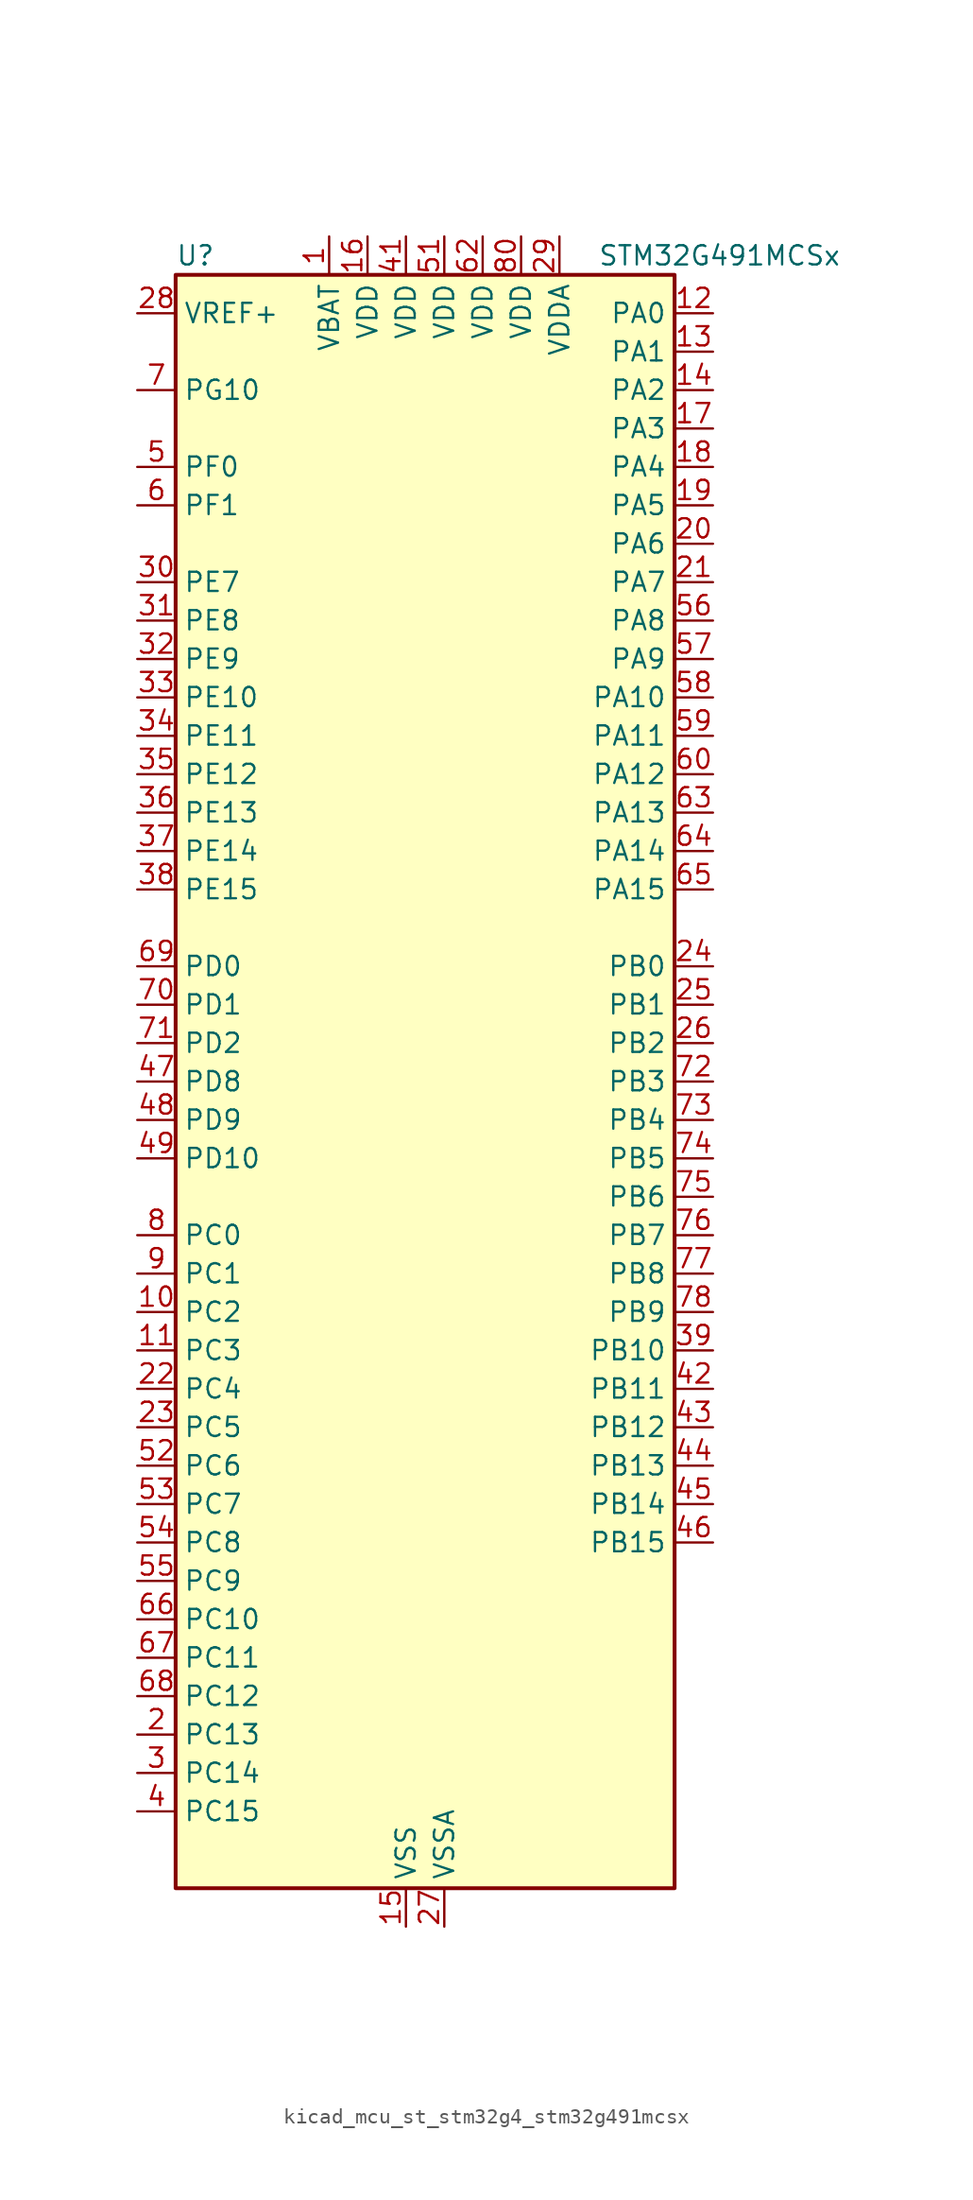
<source format=kicad_sym>
(kicad_symbol_lib
  (version 20220914)
  (generator kicad_symbol_editor)
  (symbol "kicad_mcu_st_stm32g4_stm32g491mcsx"
    (property "Reference" "U"
      (at -15.24 54.61 0)
      (effects (font (size 1.27 1.27)) (justify left)))
    (property "Value" "STM32G491MCSx"
      (at 12.7 54.61 0)
      (effects (font (size 1.27 1.27)) (justify left)))
    (property "ki_locked" ""
      (at 0 0 0)
      (effects (font (size 1.27 1.27))))
    (symbol "kicad_mcu_st_stm32g4_stm32g491mcsx_0_1"
      (rectangle (start -15.24 -53.34) (end 17.78 53.34) (stroke (width 0.254) (type default)) (fill (type background))))
    (symbol "kicad_mcu_st_stm32g4_stm32g491mcsx_1_1"
      (pin power_in line (at -5.08 55.88 270) (length 2.54) (name "VBAT" (effects (font (size 1.27 1.27)))) (number "1" (effects (font (size 1.27 1.27)))))
      (pin bidirectional line (at -17.78 -15.24 0) (length 2.54) (name "PC2" (effects (font (size 1.27 1.27)))) (number "10" (effects (font (size 1.27 1.27)))) (alternate "ADC1_IN8" bidirectional line) (alternate "ADC2_IN8" bidirectional line) (alternate "ADC3_EXTI2" bidirectional line) (alternate "COMP3_OUT" bidirectional line) (alternate "LPTIM1_IN2" bidirectional line) (alternate "QUADSPI1_BK2_IO1" bidirectional line) (alternate "TIM1_CH3" bidirectional line) (alternate "TIM20_CH2" bidirectional line))
      (pin bidirectional line (at -17.78 -17.78 0) (length 2.54) (name "PC3" (effects (font (size 1.27 1.27)))) (number "11" (effects (font (size 1.27 1.27)))) (alternate "ADC1_IN9" bidirectional line) (alternate "ADC2_IN9" bidirectional line) (alternate "ADC3_EXTI3" bidirectional line) (alternate "LPTIM1_ETR" bidirectional line) (alternate "QUADSPI1_BK2_IO2" bidirectional line) (alternate "SAI1_D1" bidirectional line) (alternate "SAI1_SD_A" bidirectional line) (alternate "TIM1_BKIN2" bidirectional line) (alternate "TIM1_CH4" bidirectional line))
      (pin bidirectional line (at 20.32 50.8 180) (length 2.54) (name "PA0" (effects (font (size 1.27 1.27)))) (number "12" (effects (font (size 1.27 1.27)))) (alternate "ADC1_IN1" bidirectional line) (alternate "ADC2_IN1" bidirectional line) (alternate "COMP1_INM" bidirectional line) (alternate "COMP1_OUT" bidirectional line) (alternate "COMP3_INP" bidirectional line) (alternate "RTC_TAMP2" bidirectional line) (alternate "SYS_WKUP1" bidirectional line) (alternate "TIM2_CH1" bidirectional line) (alternate "TIM2_ETR" bidirectional line) (alternate "TIM8_BKIN" bidirectional line) (alternate "TIM8_ETR" bidirectional line) (alternate "USART2_CTS" bidirectional line) (alternate "USART2_NSS" bidirectional line))
      (pin bidirectional line (at 20.32 48.26 180) (length 2.54) (name "PA1" (effects (font (size 1.27 1.27)))) (number "13" (effects (font (size 1.27 1.27)))) (alternate "ADC1_IN2" bidirectional line) (alternate "ADC2_IN2" bidirectional line) (alternate "COMP1_INP" bidirectional line) (alternate "OPAMP1_VINP" bidirectional line) (alternate "OPAMP1_VINP_SEC" bidirectional line) (alternate "OPAMP3_VINP" bidirectional line) (alternate "OPAMP3_VINP_SEC" bidirectional line) (alternate "OPAMP6_VINM" bidirectional line) (alternate "OPAMP6_VINM0" bidirectional line) (alternate "OPAMP6_VINM_SEC" bidirectional line) (alternate "RTC_REFIN" bidirectional line) (alternate "TIM15_CH1N" bidirectional line) (alternate "TIM2_CH2" bidirectional line) (alternate "USART2_DE" bidirectional line) (alternate "USART2_RTS" bidirectional line))
      (pin bidirectional line (at 20.32 45.72 180) (length 2.54) (name "PA2" (effects (font (size 1.27 1.27)))) (number "14" (effects (font (size 1.27 1.27)))) (alternate "ADC1_IN3" bidirectional line) (alternate "ADC3_EXTI2" bidirectional line) (alternate "COMP2_INM" bidirectional line) (alternate "COMP2_OUT" bidirectional line) (alternate "LPUART1_TX" bidirectional line) (alternate "OPAMP1_VOUT" bidirectional line) (alternate "QUADSPI1_BK1_NCS" bidirectional line) (alternate "RCC_LSCO" bidirectional line) (alternate "SYS_WKUP4" bidirectional line) (alternate "TIM15_CH1" bidirectional line) (alternate "TIM2_CH3" bidirectional line) (alternate "UCPD1_FRSTX1" bidirectional line) (alternate "UCPD1_FRSTX2" bidirectional line) (alternate "USART2_TX" bidirectional line))
      (pin power_in line (at 0 -55.88 90) (length 2.54) (name "VSS" (effects (font (size 1.27 1.27)))) (number "15" (effects (font (size 1.27 1.27)))))
      (pin power_in line (at -2.54 55.88 270) (length 2.54) (name "VDD" (effects (font (size 1.27 1.27)))) (number "16" (effects (font (size 1.27 1.27)))))
      (pin bidirectional line (at 20.32 43.18 180) (length 2.54) (name "PA3" (effects (font (size 1.27 1.27)))) (number "17" (effects (font (size 1.27 1.27)))) (alternate "ADC1_IN4" bidirectional line) (alternate "ADC3_EXTI3" bidirectional line) (alternate "COMP2_INP" bidirectional line) (alternate "LPUART1_RX" bidirectional line) (alternate "OPAMP1_VINM" bidirectional line) (alternate "OPAMP1_VINM0" bidirectional line) (alternate "OPAMP1_VINM_SEC" bidirectional line) (alternate "OPAMP1_VINP" bidirectional line) (alternate "OPAMP1_VINP_SEC" bidirectional line) (alternate "QUADSPI1_CLK" bidirectional line) (alternate "SAI1_CK1" bidirectional line) (alternate "SAI1_MCLK_A" bidirectional line) (alternate "TIM15_CH2" bidirectional line) (alternate "TIM2_CH4" bidirectional line) (alternate "USART2_RX" bidirectional line))
      (pin bidirectional line (at 20.32 40.64 180) (length 2.54) (name "PA4" (effects (font (size 1.27 1.27)))) (number "18" (effects (font (size 1.27 1.27)))) (alternate "ADC2_IN17" bidirectional line) (alternate "COMP1_INM" bidirectional line) (alternate "DAC1_OUT1" bidirectional line) (alternate "I2S3_WS" bidirectional line) (alternate "SAI1_FS_B" bidirectional line) (alternate "SPI1_NSS" bidirectional line) (alternate "SPI3_NSS" bidirectional line) (alternate "TIM3_CH2" bidirectional line) (alternate "USART2_CK" bidirectional line))
      (pin bidirectional line (at 20.32 38.1 180) (length 2.54) (name "PA5" (effects (font (size 1.27 1.27)))) (number "19" (effects (font (size 1.27 1.27)))) (alternate "ADC2_IN13" bidirectional line) (alternate "COMP2_INM" bidirectional line) (alternate "DAC1_OUT2" bidirectional line) (alternate "OPAMP2_VINM" bidirectional line) (alternate "OPAMP2_VINM0" bidirectional line) (alternate "OPAMP2_VINM_SEC" bidirectional line) (alternate "SPI1_SCK" bidirectional line) (alternate "TIM2_CH1" bidirectional line) (alternate "TIM2_ETR" bidirectional line) (alternate "UCPD1_FRSTX1" bidirectional line) (alternate "UCPD1_FRSTX2" bidirectional line))
      (pin bidirectional line (at -17.78 -43.18 0) (length 2.54) (name "PC13" (effects (font (size 1.27 1.27)))) (number "2" (effects (font (size 1.27 1.27)))) (alternate "RTC_OUT1" bidirectional line) (alternate "RTC_TAMP1" bidirectional line) (alternate "RTC_TS" bidirectional line) (alternate "SYS_WKUP2" bidirectional line) (alternate "TIM1_BKIN" bidirectional line) (alternate "TIM1_CH1N" bidirectional line) (alternate "TIM8_CH4N" bidirectional line))
      (pin bidirectional line (at 20.32 35.56 180) (length 2.54) (name "PA6" (effects (font (size 1.27 1.27)))) (number "20" (effects (font (size 1.27 1.27)))) (alternate "ADC2_IN3" bidirectional line) (alternate "COMP1_OUT" bidirectional line) (alternate "LPUART1_CTS" bidirectional line) (alternate "OPAMP2_VOUT" bidirectional line) (alternate "QUADSPI1_BK1_IO3" bidirectional line) (alternate "SPI1_MISO" bidirectional line) (alternate "TIM16_CH1" bidirectional line) (alternate "TIM1_BKIN" bidirectional line) (alternate "TIM3_CH1" bidirectional line) (alternate "TIM8_BKIN" bidirectional line))
      (pin bidirectional line (at 20.32 33.02 180) (length 2.54) (name "PA7" (effects (font (size 1.27 1.27)))) (number "21" (effects (font (size 1.27 1.27)))) (alternate "ADC2_IN4" bidirectional line) (alternate "COMP2_INP" bidirectional line) (alternate "COMP2_OUT" bidirectional line) (alternate "OPAMP1_VINP" bidirectional line) (alternate "OPAMP1_VINP_SEC" bidirectional line) (alternate "OPAMP2_VINP" bidirectional line) (alternate "OPAMP2_VINP_SEC" bidirectional line) (alternate "QUADSPI1_BK1_IO2" bidirectional line) (alternate "SPI1_MOSI" bidirectional line) (alternate "TIM17_CH1" bidirectional line) (alternate "TIM1_CH1N" bidirectional line) (alternate "TIM3_CH2" bidirectional line) (alternate "TIM8_CH1N" bidirectional line) (alternate "UCPD1_FRSTX1" bidirectional line) (alternate "UCPD1_FRSTX2" bidirectional line))
      (pin bidirectional line (at -17.78 -20.32 0) (length 2.54) (name "PC4" (effects (font (size 1.27 1.27)))) (number "22" (effects (font (size 1.27 1.27)))) (alternate "ADC2_IN5" bidirectional line) (alternate "I2C2_SCL" bidirectional line) (alternate "QUADSPI1_BK2_IO3" bidirectional line) (alternate "TIM1_ETR" bidirectional line) (alternate "USART1_TX" bidirectional line))
      (pin bidirectional line (at -17.78 -22.86 0) (length 2.54) (name "PC5" (effects (font (size 1.27 1.27)))) (number "23" (effects (font (size 1.27 1.27)))) (alternate "ADC2_IN11" bidirectional line) (alternate "OPAMP1_VINM" bidirectional line) (alternate "OPAMP1_VINM1" bidirectional line) (alternate "OPAMP1_VINM_SEC" bidirectional line) (alternate "OPAMP2_VINM" bidirectional line) (alternate "OPAMP2_VINM1" bidirectional line) (alternate "OPAMP2_VINM_SEC" bidirectional line) (alternate "SAI1_D3" bidirectional line) (alternate "SYS_WKUP5" bidirectional line) (alternate "TIM15_BKIN" bidirectional line) (alternate "TIM1_CH4N" bidirectional line) (alternate "USART1_RX" bidirectional line))
      (pin bidirectional line (at 20.32 7.62 180) (length 2.54) (name "PB0" (effects (font (size 1.27 1.27)))) (number "24" (effects (font (size 1.27 1.27)))) (alternate "ADC1_IN15" bidirectional line) (alternate "ADC3_IN12" bidirectional line) (alternate "COMP4_INP" bidirectional line) (alternate "OPAMP2_VINP" bidirectional line) (alternate "OPAMP2_VINP_SEC" bidirectional line) (alternate "OPAMP3_VINP" bidirectional line) (alternate "OPAMP3_VINP_SEC" bidirectional line) (alternate "QUADSPI1_BK1_IO1" bidirectional line) (alternate "TIM1_CH2N" bidirectional line) (alternate "TIM3_CH3" bidirectional line) (alternate "TIM8_CH2N" bidirectional line) (alternate "UCPD1_FRSTX1" bidirectional line) (alternate "UCPD1_FRSTX2" bidirectional line))
      (pin bidirectional line (at 20.32 5.08 180) (length 2.54) (name "PB1" (effects (font (size 1.27 1.27)))) (number "25" (effects (font (size 1.27 1.27)))) (alternate "ADC1_IN12" bidirectional line) (alternate "ADC3_IN1" bidirectional line) (alternate "COMP1_INP" bidirectional line) (alternate "COMP4_OUT" bidirectional line) (alternate "LPUART1_DE" bidirectional line) (alternate "LPUART1_RTS" bidirectional line) (alternate "OPAMP3_VOUT" bidirectional line) (alternate "OPAMP6_VINM" bidirectional line) (alternate "OPAMP6_VINM1" bidirectional line) (alternate "OPAMP6_VINM_SEC" bidirectional line) (alternate "QUADSPI1_BK1_IO0" bidirectional line) (alternate "TIM1_CH3N" bidirectional line) (alternate "TIM3_CH4" bidirectional line) (alternate "TIM8_CH3N" bidirectional line))
      (pin bidirectional line (at 20.32 2.54 180) (length 2.54) (name "PB2" (effects (font (size 1.27 1.27)))) (number "26" (effects (font (size 1.27 1.27)))) (alternate "ADC2_IN12" bidirectional line) (alternate "ADC3_EXTI2" bidirectional line) (alternate "COMP4_INM" bidirectional line) (alternate "I2C3_SMBA" bidirectional line) (alternate "LPTIM1_OUT" bidirectional line) (alternate "OPAMP3_VINM" bidirectional line) (alternate "OPAMP3_VINM0" bidirectional line) (alternate "OPAMP3_VINM_SEC" bidirectional line) (alternate "QUADSPI1_BK2_IO1" bidirectional line) (alternate "RTC_OUT2" bidirectional line) (alternate "TIM20_CH1" bidirectional line))
      (pin power_in line (at 2.54 -55.88 90) (length 2.54) (name "VSSA" (effects (font (size 1.27 1.27)))) (number "27" (effects (font (size 1.27 1.27)))))
      (pin input line (at -17.78 50.8 0) (length 2.54) (name "VREF+" (effects (font (size 1.27 1.27)))) (number "28" (effects (font (size 1.27 1.27)))) (alternate "VREFBUF_OUT" bidirectional line))
      (pin power_in line (at 10.16 55.88 270) (length 2.54) (name "VDDA" (effects (font (size 1.27 1.27)))) (number "29" (effects (font (size 1.27 1.27)))))
      (pin bidirectional line (at -17.78 -45.72 0) (length 2.54) (name "PC14" (effects (font (size 1.27 1.27)))) (number "3" (effects (font (size 1.27 1.27)))) (alternate "RCC_OSC32_IN" bidirectional line))
      (pin bidirectional line (at -17.78 33.02 0) (length 2.54) (name "PE7" (effects (font (size 1.27 1.27)))) (number "30" (effects (font (size 1.27 1.27)))) (alternate "ADC3_IN4" bidirectional line) (alternate "COMP4_INP" bidirectional line) (alternate "SAI1_SD_B" bidirectional line) (alternate "TIM1_ETR" bidirectional line))
      (pin bidirectional line (at -17.78 30.48 0) (length 2.54) (name "PE8" (effects (font (size 1.27 1.27)))) (number "31" (effects (font (size 1.27 1.27)))) (alternate "ADC3_IN6" bidirectional line) (alternate "COMP4_INM" bidirectional line) (alternate "SAI1_SCK_B" bidirectional line) (alternate "TIM1_CH1N" bidirectional line))
      (pin bidirectional line (at -17.78 27.94 0) (length 2.54) (name "PE9" (effects (font (size 1.27 1.27)))) (number "32" (effects (font (size 1.27 1.27)))) (alternate "ADC3_IN2" bidirectional line) (alternate "DAC1_EXTI9" bidirectional line) (alternate "DAC3_EXTI9" bidirectional line) (alternate "SAI1_FS_B" bidirectional line) (alternate "TIM1_CH1" bidirectional line))
      (pin bidirectional line (at -17.78 25.4 0) (length 2.54) (name "PE10" (effects (font (size 1.27 1.27)))) (number "33" (effects (font (size 1.27 1.27)))) (alternate "ADC3_IN14" bidirectional line) (alternate "DAC1_EXTI10" bidirectional line) (alternate "DAC3_EXTI10" bidirectional line) (alternate "QUADSPI1_CLK" bidirectional line) (alternate "SAI1_MCLK_B" bidirectional line) (alternate "TIM1_CH2N" bidirectional line))
      (pin bidirectional line (at -17.78 22.86 0) (length 2.54) (name "PE11" (effects (font (size 1.27 1.27)))) (number "34" (effects (font (size 1.27 1.27)))) (alternate "ADC1_EXTI11" bidirectional line) (alternate "ADC2_EXTI11" bidirectional line) (alternate "ADC3_IN15" bidirectional line) (alternate "QUADSPI1_BK1_NCS" bidirectional line) (alternate "TIM1_CH2" bidirectional line))
      (pin bidirectional line (at -17.78 20.32 0) (length 2.54) (name "PE12" (effects (font (size 1.27 1.27)))) (number "35" (effects (font (size 1.27 1.27)))) (alternate "ADC3_IN16" bidirectional line) (alternate "QUADSPI1_BK1_IO0" bidirectional line) (alternate "TIM1_CH3N" bidirectional line))
      (pin bidirectional line (at -17.78 17.78 0) (length 2.54) (name "PE13" (effects (font (size 1.27 1.27)))) (number "36" (effects (font (size 1.27 1.27)))) (alternate "ADC3_IN3" bidirectional line) (alternate "QUADSPI1_BK1_IO1" bidirectional line) (alternate "TIM1_CH3" bidirectional line))
      (pin bidirectional line (at -17.78 15.24 0) (length 2.54) (name "PE14" (effects (font (size 1.27 1.27)))) (number "37" (effects (font (size 1.27 1.27)))) (alternate "QUADSPI1_BK1_IO2" bidirectional line) (alternate "TIM1_BKIN2" bidirectional line) (alternate "TIM1_CH4" bidirectional line))
      (pin bidirectional line (at -17.78 12.7 0) (length 2.54) (name "PE15" (effects (font (size 1.27 1.27)))) (number "38" (effects (font (size 1.27 1.27)))) (alternate "ADC1_EXTI15" bidirectional line) (alternate "ADC2_EXTI15" bidirectional line) (alternate "QUADSPI1_BK1_IO3" bidirectional line) (alternate "TIM1_BKIN" bidirectional line) (alternate "TIM1_CH4N" bidirectional line) (alternate "USART3_RX" bidirectional line))
      (pin bidirectional line (at 20.32 -17.78 180) (length 2.54) (name "PB10" (effects (font (size 1.27 1.27)))) (number "39" (effects (font (size 1.27 1.27)))) (alternate "DAC1_EXTI10" bidirectional line) (alternate "DAC3_EXTI10" bidirectional line) (alternate "LPUART1_RX" bidirectional line) (alternate "OPAMP3_VINM" bidirectional line) (alternate "OPAMP3_VINM1" bidirectional line) (alternate "OPAMP3_VINM_SEC" bidirectional line) (alternate "QUADSPI1_CLK" bidirectional line) (alternate "SAI1_SCK_A" bidirectional line) (alternate "TIM1_BKIN" bidirectional line) (alternate "TIM2_CH3" bidirectional line) (alternate "USART3_TX" bidirectional line))
      (pin bidirectional line (at -17.78 -48.26 0) (length 2.54) (name "PC15" (effects (font (size 1.27 1.27)))) (number "4" (effects (font (size 1.27 1.27)))) (alternate "ADC1_EXTI15" bidirectional line) (alternate "ADC2_EXTI15" bidirectional line) (alternate "RCC_OSC32_OUT" bidirectional line))
      (pin passive line (at 0 -55.88 90) (length 2.54) hide (name "VSS" (effects (font (size 1.27 1.27)))) (number "40" (effects (font (size 1.27 1.27)))))
      (pin power_in line (at 0 55.88 270) (length 2.54) (name "VDD" (effects (font (size 1.27 1.27)))) (number "41" (effects (font (size 1.27 1.27)))))
      (pin bidirectional line (at 20.32 -20.32 180) (length 2.54) (name "PB11" (effects (font (size 1.27 1.27)))) (number "42" (effects (font (size 1.27 1.27)))) (alternate "ADC1_EXTI11" bidirectional line) (alternate "ADC1_IN14" bidirectional line) (alternate "ADC2_EXTI11" bidirectional line) (alternate "ADC2_IN14" bidirectional line) (alternate "LPUART1_TX" bidirectional line) (alternate "OPAMP6_VOUT" bidirectional line) (alternate "QUADSPI1_BK1_NCS" bidirectional line) (alternate "TIM2_CH4" bidirectional line) (alternate "USART3_RX" bidirectional line))
      (pin bidirectional line (at 20.32 -22.86 180) (length 2.54) (name "PB12" (effects (font (size 1.27 1.27)))) (number "43" (effects (font (size 1.27 1.27)))) (alternate "ADC1_IN11" bidirectional line) (alternate "FDCAN2_RX" bidirectional line) (alternate "I2C2_SMBA" bidirectional line) (alternate "I2S2_WS" bidirectional line) (alternate "LPUART1_DE" bidirectional line) (alternate "LPUART1_RTS" bidirectional line) (alternate "OPAMP6_VINP" bidirectional line) (alternate "OPAMP6_VINP_SEC" bidirectional line) (alternate "SPI2_NSS" bidirectional line) (alternate "TIM1_BKIN" bidirectional line) (alternate "USART3_CK" bidirectional line))
      (pin bidirectional line (at 20.32 -25.4 180) (length 2.54) (name "PB13" (effects (font (size 1.27 1.27)))) (number "44" (effects (font (size 1.27 1.27)))) (alternate "ADC3_IN5" bidirectional line) (alternate "FDCAN2_TX" bidirectional line) (alternate "I2S2_CK" bidirectional line) (alternate "LPUART1_CTS" bidirectional line) (alternate "OPAMP3_VINP" bidirectional line) (alternate "OPAMP3_VINP_SEC" bidirectional line) (alternate "OPAMP6_VINP" bidirectional line) (alternate "OPAMP6_VINP_SEC" bidirectional line) (alternate "SPI2_SCK" bidirectional line) (alternate "TIM1_CH1N" bidirectional line) (alternate "USART3_CTS" bidirectional line) (alternate "USART3_NSS" bidirectional line))
      (pin bidirectional line (at 20.32 -27.94 180) (length 2.54) (name "PB14" (effects (font (size 1.27 1.27)))) (number "45" (effects (font (size 1.27 1.27)))) (alternate "ADC1_IN5" bidirectional line) (alternate "COMP4_OUT" bidirectional line) (alternate "OPAMP2_VINP" bidirectional line) (alternate "OPAMP2_VINP_SEC" bidirectional line) (alternate "SPI2_MISO" bidirectional line) (alternate "TIM15_CH1" bidirectional line) (alternate "TIM1_CH2N" bidirectional line) (alternate "USART3_DE" bidirectional line) (alternate "USART3_RTS" bidirectional line))
      (pin bidirectional line (at 20.32 -30.48 180) (length 2.54) (name "PB15" (effects (font (size 1.27 1.27)))) (number "46" (effects (font (size 1.27 1.27)))) (alternate "ADC1_EXTI15" bidirectional line) (alternate "ADC2_EXTI15" bidirectional line) (alternate "ADC2_IN15" bidirectional line) (alternate "COMP3_OUT" bidirectional line) (alternate "I2S2_SD" bidirectional line) (alternate "RTC_REFIN" bidirectional line) (alternate "SPI2_MOSI" bidirectional line) (alternate "TIM15_CH1N" bidirectional line) (alternate "TIM15_CH2" bidirectional line) (alternate "TIM1_CH3N" bidirectional line))
      (pin bidirectional line (at -17.78 0 0) (length 2.54) (name "PD8" (effects (font (size 1.27 1.27)))) (number "47" (effects (font (size 1.27 1.27)))) (alternate "USART3_TX" bidirectional line))
      (pin bidirectional line (at -17.78 -2.54 0) (length 2.54) (name "PD9" (effects (font (size 1.27 1.27)))) (number "48" (effects (font (size 1.27 1.27)))) (alternate "DAC1_EXTI9" bidirectional line) (alternate "DAC3_EXTI9" bidirectional line) (alternate "OPAMP6_VINP" bidirectional line) (alternate "OPAMP6_VINP_SEC" bidirectional line) (alternate "USART3_RX" bidirectional line))
      (pin bidirectional line (at -17.78 -5.08 0) (length 2.54) (name "PD10" (effects (font (size 1.27 1.27)))) (number "49" (effects (font (size 1.27 1.27)))) (alternate "ADC3_IN7" bidirectional line) (alternate "DAC1_EXTI10" bidirectional line) (alternate "DAC3_EXTI10" bidirectional line) (alternate "USART3_CK" bidirectional line))
      (pin bidirectional line (at -17.78 40.64 0) (length 2.54) (name "PF0" (effects (font (size 1.27 1.27)))) (number "5" (effects (font (size 1.27 1.27)))) (alternate "ADC1_IN10" bidirectional line) (alternate "I2C2_SDA" bidirectional line) (alternate "I2S2_WS" bidirectional line) (alternate "RCC_OSC_IN" bidirectional line) (alternate "SPI2_NSS" bidirectional line) (alternate "TIM1_CH3N" bidirectional line))
      (pin passive line (at 0 -55.88 90) (length 2.54) hide (name "VSS" (effects (font (size 1.27 1.27)))) (number "50" (effects (font (size 1.27 1.27)))))
      (pin power_in line (at 2.54 55.88 270) (length 2.54) (name "VDD" (effects (font (size 1.27 1.27)))) (number "51" (effects (font (size 1.27 1.27)))))
      (pin bidirectional line (at -17.78 -25.4 0) (length 2.54) (name "PC6" (effects (font (size 1.27 1.27)))) (number "52" (effects (font (size 1.27 1.27)))) (alternate "I2S2_MCK" bidirectional line) (alternate "TIM3_CH1" bidirectional line) (alternate "TIM8_CH1" bidirectional line))
      (pin bidirectional line (at -17.78 -27.94 0) (length 2.54) (name "PC7" (effects (font (size 1.27 1.27)))) (number "53" (effects (font (size 1.27 1.27)))) (alternate "I2S3_MCK" bidirectional line) (alternate "TIM3_CH2" bidirectional line) (alternate "TIM8_CH2" bidirectional line))
      (pin bidirectional line (at -17.78 -30.48 0) (length 2.54) (name "PC8" (effects (font (size 1.27 1.27)))) (number "54" (effects (font (size 1.27 1.27)))) (alternate "I2C3_SCL" bidirectional line) (alternate "TIM20_CH3" bidirectional line) (alternate "TIM3_CH3" bidirectional line) (alternate "TIM8_CH3" bidirectional line))
      (pin bidirectional line (at -17.78 -33.02 0) (length 2.54) (name "PC9" (effects (font (size 1.27 1.27)))) (number "55" (effects (font (size 1.27 1.27)))) (alternate "DAC1_EXTI9" bidirectional line) (alternate "DAC3_EXTI9" bidirectional line) (alternate "I2C3_SDA" bidirectional line) (alternate "I2S_CKIN" bidirectional line) (alternate "TIM3_CH4" bidirectional line) (alternate "TIM8_BKIN2" bidirectional line) (alternate "TIM8_CH4" bidirectional line))
      (pin bidirectional line (at 20.32 30.48 180) (length 2.54) (name "PA8" (effects (font (size 1.27 1.27)))) (number "56" (effects (font (size 1.27 1.27)))) (alternate "I2C2_SDA" bidirectional line) (alternate "I2C3_SCL" bidirectional line) (alternate "I2S2_MCK" bidirectional line) (alternate "RCC_MCO" bidirectional line) (alternate "SAI1_CK2" bidirectional line) (alternate "SAI1_SCK_A" bidirectional line) (alternate "TIM1_CH1" bidirectional line) (alternate "TIM4_ETR" bidirectional line) (alternate "USART1_CK" bidirectional line))
      (pin bidirectional line (at 20.32 27.94 180) (length 2.54) (name "PA9" (effects (font (size 1.27 1.27)))) (number "57" (effects (font (size 1.27 1.27)))) (alternate "DAC1_EXTI9" bidirectional line) (alternate "DAC3_EXTI9" bidirectional line) (alternate "I2C2_SCL" bidirectional line) (alternate "I2C3_SMBA" bidirectional line) (alternate "I2S3_MCK" bidirectional line) (alternate "SAI1_FS_A" bidirectional line) (alternate "TIM15_BKIN" bidirectional line) (alternate "TIM1_CH2" bidirectional line) (alternate "TIM2_CH3" bidirectional line) (alternate "UCPD1_DBCC1" bidirectional line) (alternate "USART1_TX" bidirectional line))
      (pin bidirectional line (at 20.32 25.4 180) (length 2.54) (name "PA10" (effects (font (size 1.27 1.27)))) (number "58" (effects (font (size 1.27 1.27)))) (alternate "CRS_SYNC" bidirectional line) (alternate "DAC1_EXTI10" bidirectional line) (alternate "DAC3_EXTI10" bidirectional line) (alternate "I2C2_SMBA" bidirectional line) (alternate "SAI1_D1" bidirectional line) (alternate "SAI1_SD_A" bidirectional line) (alternate "SPI2_MISO" bidirectional line) (alternate "TIM17_BKIN" bidirectional line) (alternate "TIM1_CH3" bidirectional line) (alternate "TIM2_CH4" bidirectional line) (alternate "TIM8_BKIN" bidirectional line) (alternate "UCPD1_DBCC2" bidirectional line) (alternate "USART1_RX" bidirectional line))
      (pin bidirectional line (at 20.32 22.86 180) (length 2.54) (name "PA11" (effects (font (size 1.27 1.27)))) (number "59" (effects (font (size 1.27 1.27)))) (alternate "ADC1_EXTI11" bidirectional line) (alternate "ADC2_EXTI11" bidirectional line) (alternate "COMP1_OUT" bidirectional line) (alternate "FDCAN1_RX" bidirectional line) (alternate "I2S2_SD" bidirectional line) (alternate "SPI2_MOSI" bidirectional line) (alternate "TIM1_BKIN2" bidirectional line) (alternate "TIM1_CH1N" bidirectional line) (alternate "TIM1_CH4" bidirectional line) (alternate "TIM4_CH1" bidirectional line) (alternate "USART1_CTS" bidirectional line) (alternate "USART1_NSS" bidirectional line) (alternate "USB_DM" bidirectional line))
      (pin bidirectional line (at -17.78 38.1 0) (length 2.54) (name "PF1" (effects (font (size 1.27 1.27)))) (number "6" (effects (font (size 1.27 1.27)))) (alternate "ADC2_IN10" bidirectional line) (alternate "COMP3_INM" bidirectional line) (alternate "I2S2_CK" bidirectional line) (alternate "RCC_OSC_OUT" bidirectional line) (alternate "SPI2_SCK" bidirectional line))
      (pin bidirectional line (at 20.32 20.32 180) (length 2.54) (name "PA12" (effects (font (size 1.27 1.27)))) (number "60" (effects (font (size 1.27 1.27)))) (alternate "COMP2_OUT" bidirectional line) (alternate "FDCAN1_TX" bidirectional line) (alternate "I2S_CKIN" bidirectional line) (alternate "TIM16_CH1" bidirectional line) (alternate "TIM1_CH2N" bidirectional line) (alternate "TIM1_ETR" bidirectional line) (alternate "TIM4_CH2" bidirectional line) (alternate "USART1_DE" bidirectional line) (alternate "USART1_RTS" bidirectional line) (alternate "USB_DP" bidirectional line))
      (pin passive line (at 0 -55.88 90) (length 2.54) hide (name "VSS" (effects (font (size 1.27 1.27)))) (number "61" (effects (font (size 1.27 1.27)))))
      (pin power_in line (at 5.08 55.88 270) (length 2.54) (name "VDD" (effects (font (size 1.27 1.27)))) (number "62" (effects (font (size 1.27 1.27)))))
      (pin bidirectional line (at 20.32 17.78 180) (length 2.54) (name "PA13" (effects (font (size 1.27 1.27)))) (number "63" (effects (font (size 1.27 1.27)))) (alternate "I2C1_SCL" bidirectional line) (alternate "IR_OUT" bidirectional line) (alternate "SAI1_SD_B" bidirectional line) (alternate "SYS_JTMS-SWDIO" bidirectional line) (alternate "TIM16_CH1N" bidirectional line) (alternate "TIM4_CH3" bidirectional line) (alternate "USART3_CTS" bidirectional line) (alternate "USART3_NSS" bidirectional line))
      (pin bidirectional line (at 20.32 15.24 180) (length 2.54) (name "PA14" (effects (font (size 1.27 1.27)))) (number "64" (effects (font (size 1.27 1.27)))) (alternate "I2C1_SDA" bidirectional line) (alternate "LPTIM1_OUT" bidirectional line) (alternate "SAI1_FS_B" bidirectional line) (alternate "SYS_JTCK-SWCLK" bidirectional line) (alternate "TIM1_BKIN" bidirectional line) (alternate "TIM8_CH2" bidirectional line) (alternate "USART2_TX" bidirectional line))
      (pin bidirectional line (at 20.32 12.7 180) (length 2.54) (name "PA15" (effects (font (size 1.27 1.27)))) (number "65" (effects (font (size 1.27 1.27)))) (alternate "ADC1_EXTI15" bidirectional line) (alternate "ADC2_EXTI15" bidirectional line) (alternate "I2C1_SCL" bidirectional line) (alternate "I2S3_WS" bidirectional line) (alternate "SPI1_NSS" bidirectional line) (alternate "SPI3_NSS" bidirectional line) (alternate "SYS_JTDI" bidirectional line) (alternate "TIM1_BKIN" bidirectional line) (alternate "TIM20_ETR" bidirectional line) (alternate "TIM2_CH1" bidirectional line) (alternate "TIM2_ETR" bidirectional line) (alternate "TIM8_CH1" bidirectional line) (alternate "UART4_DE" bidirectional line) (alternate "UART4_RTS" bidirectional line) (alternate "USART2_RX" bidirectional line))
      (pin bidirectional line (at -17.78 -35.56 0) (length 2.54) (name "PC10" (effects (font (size 1.27 1.27)))) (number "66" (effects (font (size 1.27 1.27)))) (alternate "DAC1_EXTI10" bidirectional line) (alternate "DAC3_EXTI10" bidirectional line) (alternate "I2S3_CK" bidirectional line) (alternate "SPI3_SCK" bidirectional line) (alternate "TIM8_CH1N" bidirectional line) (alternate "UART4_TX" bidirectional line) (alternate "USART3_TX" bidirectional line))
      (pin bidirectional line (at -17.78 -38.1 0) (length 2.54) (name "PC11" (effects (font (size 1.27 1.27)))) (number "67" (effects (font (size 1.27 1.27)))) (alternate "ADC1_EXTI11" bidirectional line) (alternate "ADC2_EXTI11" bidirectional line) (alternate "I2C3_SDA" bidirectional line) (alternate "SPI3_MISO" bidirectional line) (alternate "TIM8_CH2N" bidirectional line) (alternate "UART4_RX" bidirectional line) (alternate "USART3_RX" bidirectional line))
      (pin bidirectional line (at -17.78 -40.64 0) (length 2.54) (name "PC12" (effects (font (size 1.27 1.27)))) (number "68" (effects (font (size 1.27 1.27)))) (alternate "I2S3_SD" bidirectional line) (alternate "SPI3_MOSI" bidirectional line) (alternate "TIM8_CH3N" bidirectional line) (alternate "UART5_TX" bidirectional line) (alternate "UCPD1_FRSTX1" bidirectional line) (alternate "UCPD1_FRSTX2" bidirectional line) (alternate "USART3_CK" bidirectional line))
      (pin bidirectional line (at -17.78 7.62 0) (length 2.54) (name "PD0" (effects (font (size 1.27 1.27)))) (number "69" (effects (font (size 1.27 1.27)))) (alternate "FDCAN1_RX" bidirectional line) (alternate "TIM8_CH4N" bidirectional line))
      (pin bidirectional line (at -17.78 45.72 0) (length 2.54) (name "PG10" (effects (font (size 1.27 1.27)))) (number "7" (effects (font (size 1.27 1.27)))) (alternate "DAC1_EXTI10" bidirectional line) (alternate "DAC3_EXTI10" bidirectional line) (alternate "RCC_MCO" bidirectional line))
      (pin bidirectional line (at -17.78 5.08 0) (length 2.54) (name "PD1" (effects (font (size 1.27 1.27)))) (number "70" (effects (font (size 1.27 1.27)))) (alternate "FDCAN1_TX" bidirectional line) (alternate "TIM8_BKIN2" bidirectional line) (alternate "TIM8_CH4" bidirectional line))
      (pin bidirectional line (at -17.78 2.54 0) (length 2.54) (name "PD2" (effects (font (size 1.27 1.27)))) (number "71" (effects (font (size 1.27 1.27)))) (alternate "ADC3_EXTI2" bidirectional line) (alternate "TIM3_ETR" bidirectional line) (alternate "TIM8_BKIN" bidirectional line) (alternate "UART5_RX" bidirectional line))
      (pin bidirectional line (at 20.32 0 180) (length 2.54) (name "PB3" (effects (font (size 1.27 1.27)))) (number "72" (effects (font (size 1.27 1.27)))) (alternate "ADC3_EXTI3" bidirectional line) (alternate "CRS_SYNC" bidirectional line) (alternate "I2S3_CK" bidirectional line) (alternate "SAI1_SCK_B" bidirectional line) (alternate "SPI1_SCK" bidirectional line) (alternate "SPI3_SCK" bidirectional line) (alternate "SYS_JTDO-SWO" bidirectional line) (alternate "TIM2_CH2" bidirectional line) (alternate "TIM3_ETR" bidirectional line) (alternate "TIM4_ETR" bidirectional line) (alternate "TIM8_CH1N" bidirectional line) (alternate "USART2_TX" bidirectional line))
      (pin bidirectional line (at 20.32 -2.54 180) (length 2.54) (name "PB4" (effects (font (size 1.27 1.27)))) (number "73" (effects (font (size 1.27 1.27)))) (alternate "SAI1_MCLK_B" bidirectional line) (alternate "SPI1_MISO" bidirectional line) (alternate "SPI3_MISO" bidirectional line) (alternate "SYS_JTRST" bidirectional line) (alternate "TIM16_CH1" bidirectional line) (alternate "TIM17_BKIN" bidirectional line) (alternate "TIM3_CH1" bidirectional line) (alternate "TIM8_CH2N" bidirectional line) (alternate "UART5_DE" bidirectional line) (alternate "UART5_RTS" bidirectional line) (alternate "UCPD1_CC2" bidirectional line) (alternate "USART2_RX" bidirectional line))
      (pin bidirectional line (at 20.32 -5.08 180) (length 2.54) (name "PB5" (effects (font (size 1.27 1.27)))) (number "74" (effects (font (size 1.27 1.27)))) (alternate "FDCAN2_RX" bidirectional line) (alternate "I2C1_SMBA" bidirectional line) (alternate "I2C3_SDA" bidirectional line) (alternate "I2S3_SD" bidirectional line) (alternate "LPTIM1_IN1" bidirectional line) (alternate "SAI1_SD_B" bidirectional line) (alternate "SPI1_MOSI" bidirectional line) (alternate "SPI3_MOSI" bidirectional line) (alternate "TIM16_BKIN" bidirectional line) (alternate "TIM17_CH1" bidirectional line) (alternate "TIM3_CH2" bidirectional line) (alternate "TIM8_CH3N" bidirectional line) (alternate "UART5_CTS" bidirectional line) (alternate "USART2_CK" bidirectional line))
      (pin bidirectional line (at 20.32 -7.62 180) (length 2.54) (name "PB6" (effects (font (size 1.27 1.27)))) (number "75" (effects (font (size 1.27 1.27)))) (alternate "COMP4_OUT" bidirectional line) (alternate "FDCAN2_TX" bidirectional line) (alternate "LPTIM1_ETR" bidirectional line) (alternate "SAI1_FS_B" bidirectional line) (alternate "TIM16_CH1N" bidirectional line) (alternate "TIM4_CH1" bidirectional line) (alternate "TIM8_BKIN2" bidirectional line) (alternate "TIM8_CH1" bidirectional line) (alternate "TIM8_ETR" bidirectional line) (alternate "UCPD1_CC1" bidirectional line) (alternate "USART1_TX" bidirectional line))
      (pin bidirectional line (at 20.32 -10.16 180) (length 2.54) (name "PB7" (effects (font (size 1.27 1.27)))) (number "76" (effects (font (size 1.27 1.27)))) (alternate "COMP3_OUT" bidirectional line) (alternate "I2C1_SDA" bidirectional line) (alternate "LPTIM1_IN2" bidirectional line) (alternate "SYS_PVD_IN" bidirectional line) (alternate "TIM17_CH1N" bidirectional line) (alternate "TIM3_CH4" bidirectional line) (alternate "TIM4_CH2" bidirectional line) (alternate "TIM8_BKIN" bidirectional line) (alternate "UART4_CTS" bidirectional line) (alternate "USART1_RX" bidirectional line))
      (pin bidirectional line (at 20.32 -12.7 180) (length 2.54) (name "PB8" (effects (font (size 1.27 1.27)))) (number "77" (effects (font (size 1.27 1.27)))) (alternate "COMP1_OUT" bidirectional line) (alternate "FDCAN1_RX" bidirectional line) (alternate "I2C1_SCL" bidirectional line) (alternate "SAI1_CK1" bidirectional line) (alternate "SAI1_MCLK_A" bidirectional line) (alternate "TIM16_CH1" bidirectional line) (alternate "TIM1_BKIN" bidirectional line) (alternate "TIM4_CH3" bidirectional line) (alternate "TIM8_CH2" bidirectional line) (alternate "USART3_RX" bidirectional line))
      (pin bidirectional line (at 20.32 -15.24 180) (length 2.54) (name "PB9" (effects (font (size 1.27 1.27)))) (number "78" (effects (font (size 1.27 1.27)))) (alternate "COMP2_OUT" bidirectional line) (alternate "DAC1_EXTI9" bidirectional line) (alternate "DAC3_EXTI9" bidirectional line) (alternate "FDCAN1_TX" bidirectional line) (alternate "I2C1_SDA" bidirectional line) (alternate "IR_OUT" bidirectional line) (alternate "SAI1_D2" bidirectional line) (alternate "SAI1_FS_A" bidirectional line) (alternate "TIM17_CH1" bidirectional line) (alternate "TIM1_CH3N" bidirectional line) (alternate "TIM4_CH4" bidirectional line) (alternate "TIM8_CH3" bidirectional line) (alternate "USART3_TX" bidirectional line))
      (pin passive line (at 0 -55.88 90) (length 2.54) hide (name "VSS" (effects (font (size 1.27 1.27)))) (number "79" (effects (font (size 1.27 1.27)))))
      (pin bidirectional line (at -17.78 -10.16 0) (length 2.54) (name "PC0" (effects (font (size 1.27 1.27)))) (number "8" (effects (font (size 1.27 1.27)))) (alternate "ADC1_IN6" bidirectional line) (alternate "ADC2_IN6" bidirectional line) (alternate "COMP3_INM" bidirectional line) (alternate "LPTIM1_IN1" bidirectional line) (alternate "LPUART1_RX" bidirectional line) (alternate "TIM1_CH1" bidirectional line))
      (pin power_in line (at 7.62 55.88 270) (length 2.54) (name "VDD" (effects (font (size 1.27 1.27)))) (number "80" (effects (font (size 1.27 1.27)))))
      (pin bidirectional line (at -17.78 -12.7 0) (length 2.54) (name "PC1" (effects (font (size 1.27 1.27)))) (number "9" (effects (font (size 1.27 1.27)))) (alternate "ADC1_IN7" bidirectional line) (alternate "ADC2_IN7" bidirectional line) (alternate "COMP3_INP" bidirectional line) (alternate "LPTIM1_OUT" bidirectional line) (alternate "LPUART1_TX" bidirectional line) (alternate "QUADSPI1_BK2_IO0" bidirectional line) (alternate "SAI1_SD_A" bidirectional line) (alternate "TIM1_CH2" bidirectional line)))))
</source>
